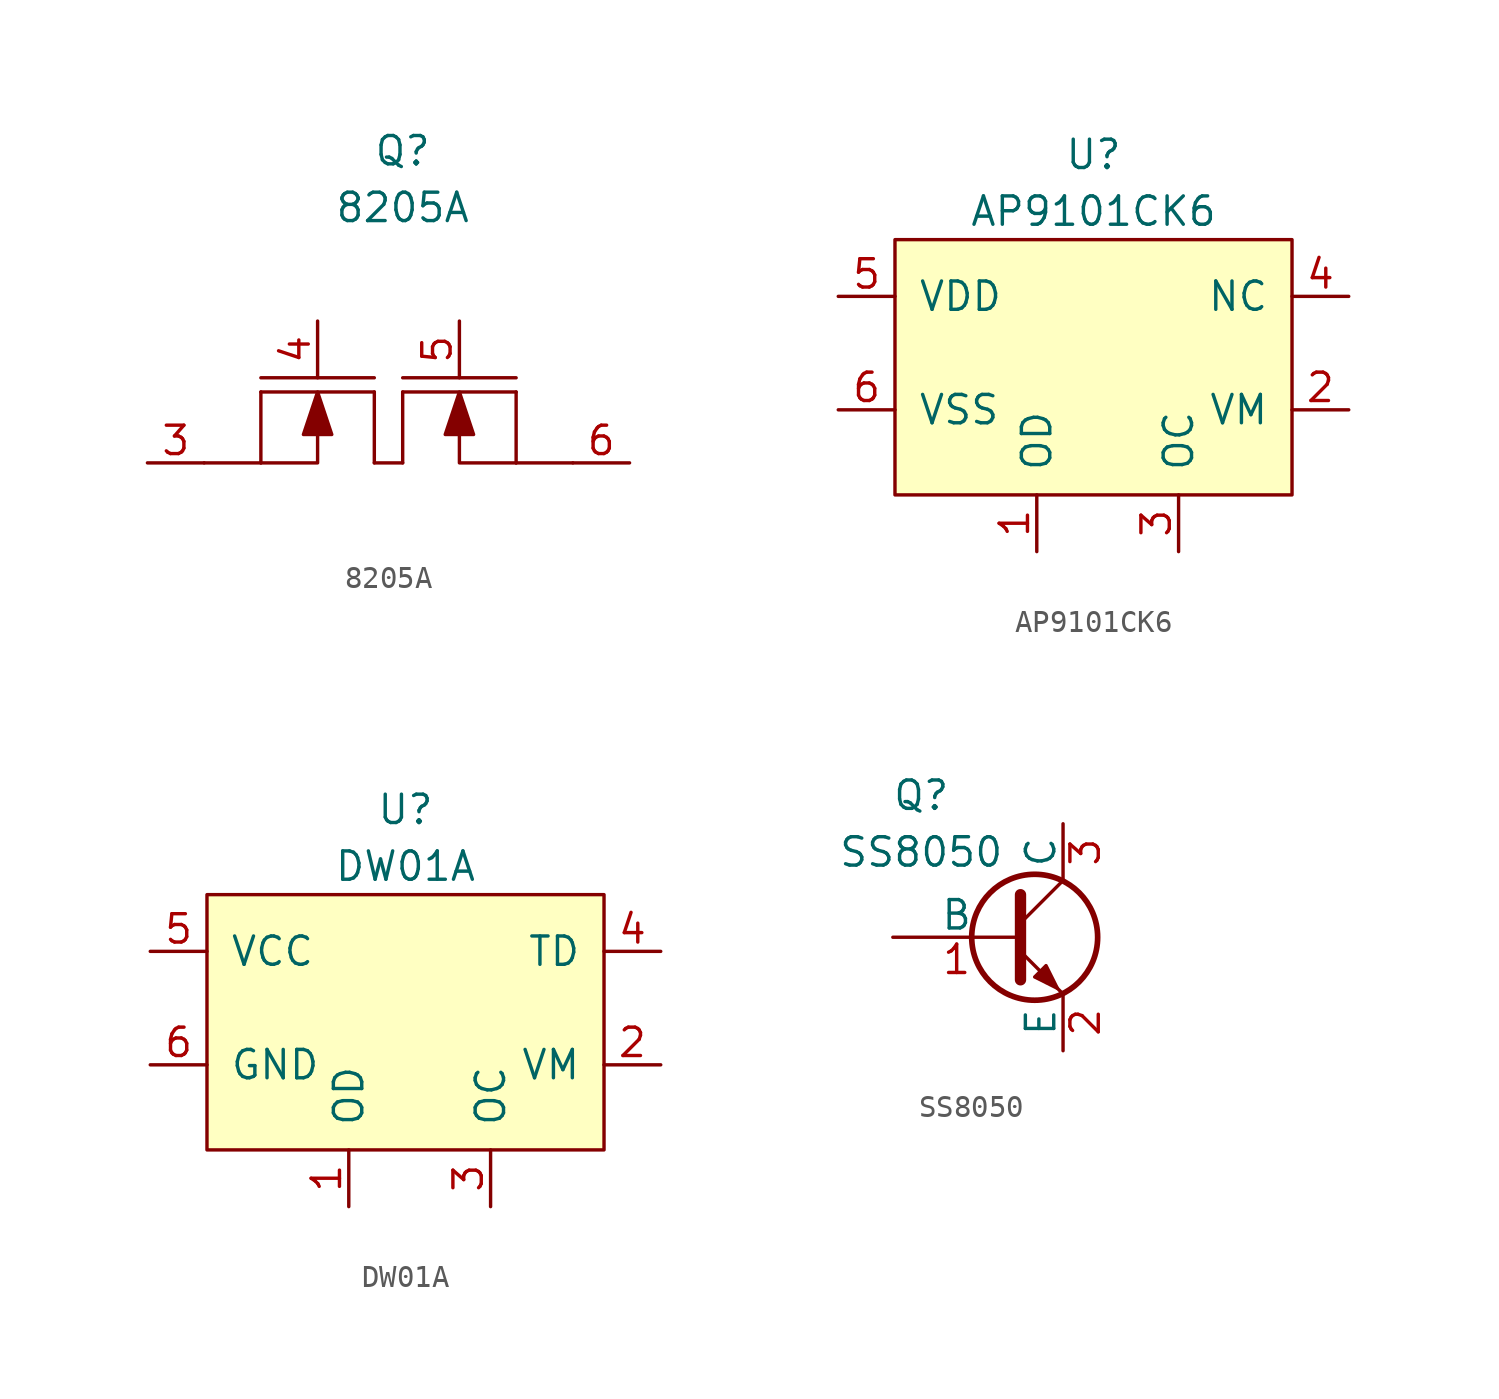
<source format=kicad_sym>
(kicad_symbol_lib
  (version 20220914)
  (generator kicad_symbol_editor)
  (symbol "8205A"
    (pin_names
      (offset 1.016) hide)
    (property "Reference" "Q"
      (at 0 2.54 0)
      (effects (font (size 1.27 1.27))))
    (property "Value" "8205A"
      (at 0 0 0)
      (effects (font (size 1.27 1.27))))
    (symbol "8205A_0_1"
      (polyline (pts (xy -8.89 -11.43) (xy -6.35 -11.43)) (stroke (width 0) (type solid)) (fill (type none)))
      (polyline (pts (xy 0 -11.43) (xy -1.27 -11.43)) (stroke (width 0) (type solid)) (fill (type none)))
      (polyline (pts (xy 5.08 -11.43) (xy 7.62 -11.43)) (stroke (width 0) (type solid)) (fill (type none)))
      (polyline (pts (xy -3.81 -10.16) (xy -3.81 -11.43) (xy -6.35 -11.43)) (stroke (width 0) (type solid)) (fill (type none)))
      (polyline (pts (xy 2.54 -10.16) (xy 2.54 -11.43) (xy 5.08 -11.43)) (stroke (width 0) (type solid)) (fill (type none))))
    (symbol "8205A_1_1"
      (polyline (pts (xy -6.35 -8.255) (xy -6.35 -11.43)) (stroke (width 0) (type solid)) (fill (type none)))
      (polyline (pts (xy -6.35 -8.255) (xy -1.27 -8.255)) (stroke (width 0) (type solid)) (fill (type none)))
      (polyline (pts (xy -6.35 -7.62) (xy -1.27 -7.62)) (stroke (width 0) (type solid)) (fill (type none)))
      (polyline (pts (xy -1.27 -11.43) (xy -1.27 -8.255)) (stroke (width 0) (type solid)) (fill (type none)))
      (polyline (pts (xy 0 -8.255) (xy 0 -11.43)) (stroke (width 0) (type solid)) (fill (type none)))
      (polyline (pts (xy 0 -8.255) (xy 5.08 -8.255)) (stroke (width 0) (type solid)) (fill (type none)))
      (polyline (pts (xy 0 -7.62) (xy 5.08 -7.62)) (stroke (width 0) (type solid)) (fill (type none)))
      (polyline (pts (xy 5.08 -11.43) (xy 5.08 -8.255)) (stroke (width 0) (type solid)) (fill (type none)))
      (polyline (pts (xy -3.81 -8.255) (xy -3.175 -10.16) (xy -4.445 -10.16) (xy -3.81 -8.255)) (stroke (width 0) (type solid)) (fill (type outline)))
      (polyline (pts (xy 2.54 -8.255) (xy 3.175 -10.16) (xy 1.905 -10.16) (xy 2.54 -8.255)) (stroke (width 0) (type solid)) (fill (type outline)))
      (pin passive line (at -1.27 -11.43 270) (length 2.54) hide (name "D1" (effects (font (size 1.27 1.27)))) (number "1" (effects (font (size 1.27 1.27)))))
      (pin passive line (at -11.43 -8.89 0) (length 2.54) hide (name "S1" (effects (font (size 1.27 1.27)))) (number "2" (effects (font (size 1.27 1.27)))))
      (pin passive line (at -11.43 -11.43 0) (length 2.54) (name "S1" (effects (font (size 1.27 1.27)))) (number "3" (effects (font (size 1.27 1.27)))))
      (pin passive line (at -3.81 -5.08 270) (length 2.54) (name "G1" (effects (font (size 1.27 1.27)))) (number "4" (effects (font (size 1.27 1.27)))))
      (pin passive line (at 2.54 -5.08 270) (length 2.54) (name "G2" (effects (font (size 1.27 1.27)))) (number "5" (effects (font (size 1.27 1.27)))))
      (pin passive line (at 10.16 -11.43 180) (length 2.54) (name "S2" (effects (font (size 1.27 1.27)))) (number "6" (effects (font (size 1.27 1.27)))))
      (pin passive line (at 10.16 -8.89 180) (length 2.54) hide (name "S2" (effects (font (size 1.27 1.27)))) (number "7" (effects (font (size 1.27 1.27)))))
      (pin passive line (at 0 -11.43 270) (length 2.54) hide (name "D2" (effects (font (size 1.27 1.27)))) (number "8" (effects (font (size 1.27 1.27)))))))
  (symbol "AP9101CK6"
    (pin_names
      (offset 1.016))
    (property "Reference" "U"
      (at -1.27 1.27 0)
      (effects (font (size 1.27 1.27))))
    (property "Value" "AP9101CK6"
      (at -1.27 -1.27 0)
      (effects (font (size 1.27 1.27))))
    (symbol "AP9101CK6_0_1"
      (rectangle (start -10.16 -2.54) (end 7.62 -13.97) (stroke (width 0) (type solid)) (fill (type background))))
    (symbol "AP9101CK6_1_1"
      (pin output line (at -3.81 -16.51 90) (length 2.54) (name "OD" (effects (font (size 1.27 1.27)))) (number "1" (effects (font (size 1.27 1.27)))))
      (pin input line (at 10.16 -10.16 180) (length 2.54) (name "VM" (effects (font (size 1.27 1.27)))) (number "2" (effects (font (size 1.27 1.27)))))
      (pin output line (at 2.54 -16.51 90) (length 2.54) (name "OC" (effects (font (size 1.27 1.27)))) (number "3" (effects (font (size 1.27 1.27)))))
      (pin output line (at 10.16 -5.08 180) (length 2.54) (name "NC" (effects (font (size 1.27 1.27)))) (number "4" (effects (font (size 1.27 1.27)))))
      (pin input line (at -12.7 -5.08 0) (length 2.54) (name "VDD" (effects (font (size 1.27 1.27)))) (number "5" (effects (font (size 1.27 1.27)))))
      (pin input line (at -12.7 -10.16 0) (length 2.54) (name "VSS" (effects (font (size 1.27 1.27)))) (number "6" (effects (font (size 1.27 1.27)))))))
  (symbol "DW01A"
    (pin_names
      (offset 1.016))
    (property "Reference" "U"
      (at -1.27 1.27 0)
      (effects (font (size 1.27 1.27))))
    (property "Value" "DW01A"
      (at -1.27 -1.27 0)
      (effects (font (size 1.27 1.27))))
    (symbol "DW01A_0_1"
      (rectangle (start -10.16 -2.54) (end 7.62 -13.97) (stroke (width 0) (type solid)) (fill (type background))))
    (symbol "DW01A_1_1"
      (pin output line (at -3.81 -16.51 90) (length 2.54) (name "OD" (effects (font (size 1.27 1.27)))) (number "1" (effects (font (size 1.27 1.27)))))
      (pin input line (at 10.16 -10.16 180) (length 2.54) (name "VM" (effects (font (size 1.27 1.27)))) (number "2" (effects (font (size 1.27 1.27)))))
      (pin output line (at 2.54 -16.51 90) (length 2.54) (name "OC" (effects (font (size 1.27 1.27)))) (number "3" (effects (font (size 1.27 1.27)))))
      (pin output line (at 10.16 -5.08 180) (length 2.54) (name "TD" (effects (font (size 1.27 1.27)))) (number "4" (effects (font (size 1.27 1.27)))))
      (pin input line (at -12.7 -5.08 0) (length 2.54) (name "VCC" (effects (font (size 1.27 1.27)))) (number "5" (effects (font (size 1.27 1.27)))))
      (pin input line (at -12.7 -10.16 0) (length 2.54) (name "GND" (effects (font (size 1.27 1.27)))) (number "6" (effects (font (size 1.27 1.27)))))))
  (symbol "SS8050"
    (pin_names
      (offset 0))
    (property "Reference" "Q"
      (at -3.81 -6.35 0)
      (effects (font (size 1.27 1.27))))
    (property "Value" "SS8050"
      (at -3.81 -8.89 0)
      (effects (font (size 1.27 1.27))))
    (symbol "SS8050_1_1"
      (polyline (pts (xy 0.635 -12.065) (xy 2.54 -10.16)) (stroke (width 0) (type solid)) (fill (type none)))
      (polyline (pts (xy 0.635 -13.335) (xy 2.54 -15.24) (xy 2.54 -15.24)) (stroke (width 0) (type solid)) (fill (type none)))
      (polyline (pts (xy 0.635 -10.795) (xy 0.635 -14.605) (xy 0.635 -14.605)) (stroke (width 0.508) (type solid)) (fill (type none)))
      (polyline (pts (xy 1.27 -14.478) (xy 1.778 -13.97) (xy 2.286 -14.986) (xy 1.27 -14.478) (xy 1.27 -14.478)) (stroke (width 0) (type solid)) (fill (type outline)))
      (circle (center 1.27 -12.7) (radius 2.819) (stroke (width 0.254) (type solid)) (fill (type none)))
      (pin passive line (at -5.08 -12.7 0) (length 5.715) (name "B" (effects (font (size 1.27 1.27)))) (number "1" (effects (font (size 1.27 1.27)))))
      (pin passive line (at 2.54 -17.78 90) (length 2.54) (name "E" (effects (font (size 1.27 1.27)))) (number "2" (effects (font (size 1.27 1.27)))))
      (pin passive line (at 2.54 -7.62 270) (length 2.54) (name "C" (effects (font (size 1.27 1.27)))) (number "3" (effects (font (size 1.27 1.27))))))))
</source>
